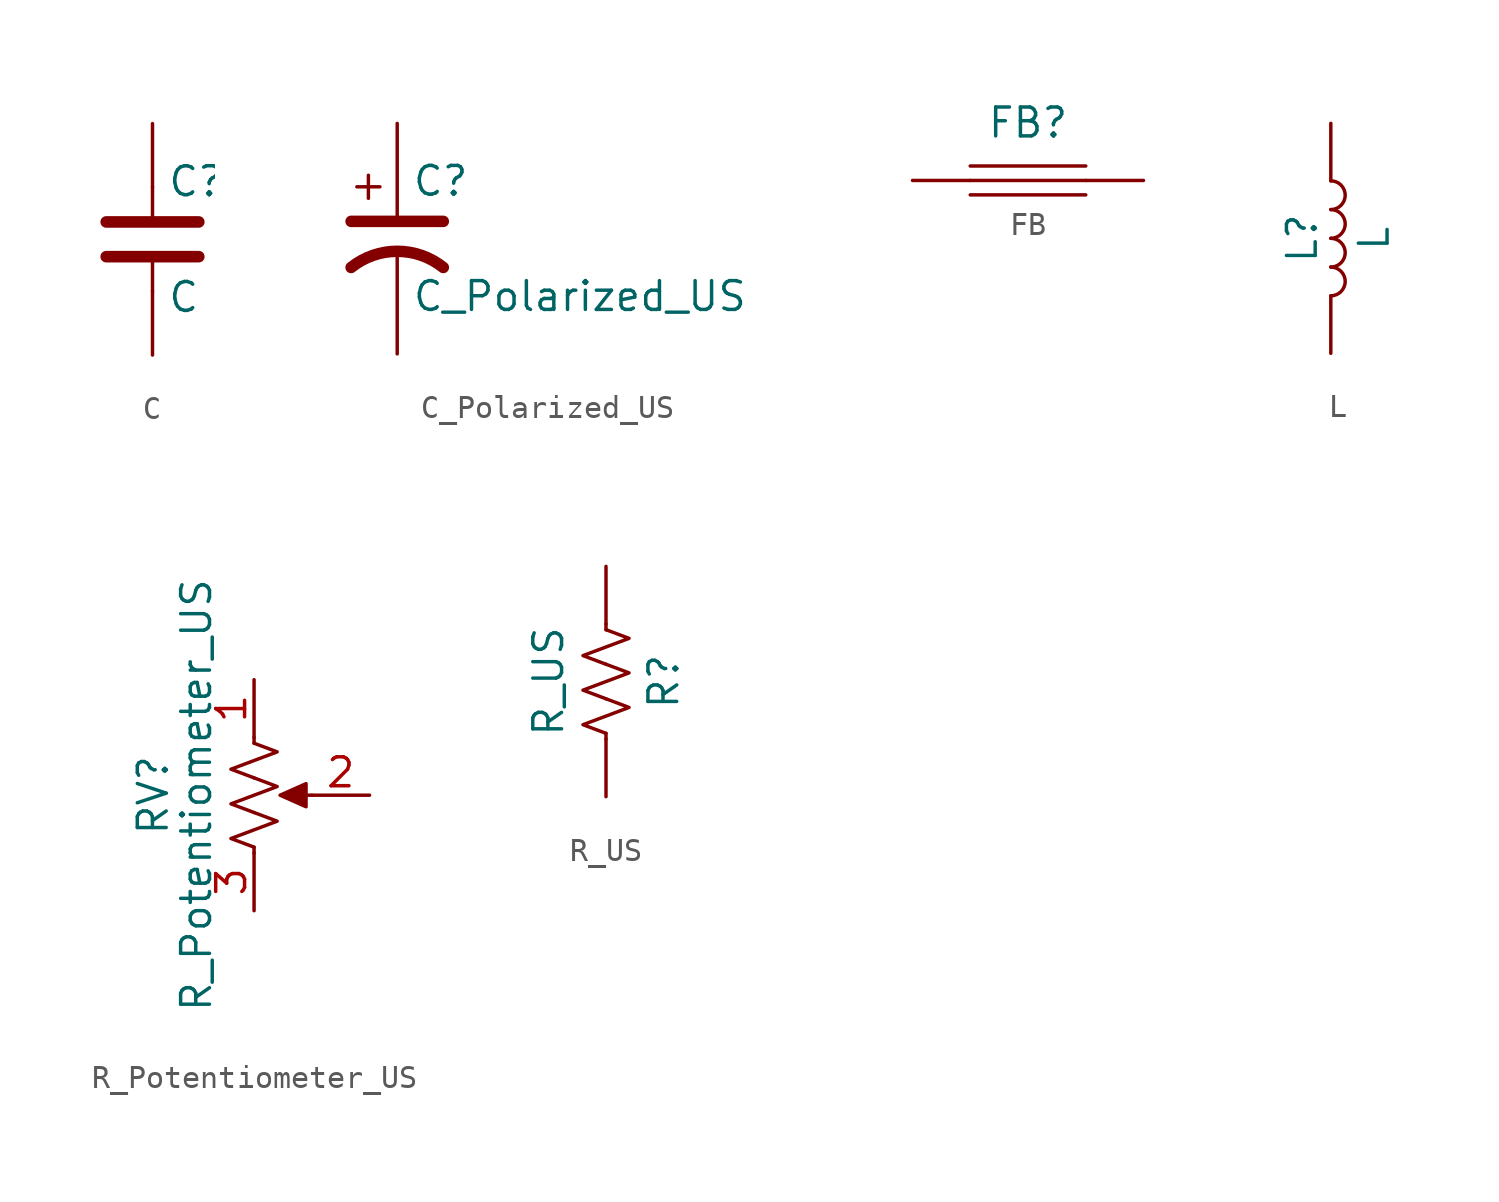
<source format=kicad_sym>
(kicad_symbol_lib
  (version 20220914)
  (generator kicad_symbol_editor)
  (symbol "C"
    (pin_numbers hide)
    (pin_names
      (offset 0.254))
    (property "Reference" "C"
      (at 0.635 2.54 0)
      (effects (font (size 1.27 1.27)) (justify left)))
    (property "Value" "C"
      (at 0.635 -2.54 0)
      (effects (font (size 1.27 1.27)) (justify left)))
    (symbol "C_0_1"
      (polyline (pts (xy -2.032 -0.762) (xy 2.032 -0.762)) (stroke (width 0.508) (type default)) (fill (type none)))
      (polyline (pts (xy -2.032 0.762) (xy 2.032 0.762)) (stroke (width 0.508) (type default)) (fill (type none)))
      (polyline (pts (xy 0 -0.762) (xy 0 -2.286)) (stroke (width 0) (type default)) (fill (type none)))
      (polyline (pts (xy 0 2.286) (xy 0 0.762)) (stroke (width 0) (type default)) (fill (type none))))
    (symbol "C_1_1"
      (pin passive line (at 0 5.08 270) (length 2.794) (name "~" (effects (font (size 1.27 1.27)))) (number "1" (effects (font (size 1.27 1.27)))))
      (pin passive line (at 0 -5.08 90) (length 2.794) (name "~" (effects (font (size 1.27 1.27)))) (number "2" (effects (font (size 1.27 1.27)))))))
  (symbol "C_Polarized_US"
    (pin_numbers hide)
    (pin_names
      (offset 0.254) hide)
    (property "Reference" "C"
      (at 0.635 2.54 0)
      (effects (font (size 1.27 1.27)) (justify left)))
    (property "Value" "C_Polarized_US"
      (at 0.635 -2.54 0)
      (effects (font (size 1.27 1.27)) (justify left)))
    (symbol "C_Polarized_US_0_1"
      (polyline (pts (xy -2.032 0.762) (xy 2.032 0.762)) (stroke (width 0.508) (type default)) (fill (type none)))
      (polyline (pts (xy -1.778 2.286) (xy -0.762 2.286)) (stroke (width 0) (type default)) (fill (type none)))
      (polyline (pts (xy -1.27 1.778) (xy -1.27 2.794)) (stroke (width 0) (type default)) (fill (type none)))
      (arc (start 2.032 -1.27) (mid 0 -0.5572) (end -2.032 -1.27) (stroke (width 0.508) (type default)) (fill (type none))))
    (symbol "C_Polarized_US_1_1"
      (pin passive line (at 0 5.08 270) (length 4.064) (name "~" (effects (font (size 1.27 1.27)))) (number "1" (effects (font (size 1.27 1.27)))))
      (pin passive line (at 0 -5.08 90) (length 4.318) (name "~" (effects (font (size 1.27 1.27)))) (number "2" (effects (font (size 1.27 1.27)))))))
  (symbol "FB"
    (pin_numbers hide)
    (property "Reference" "FB"
      (at 0 2.54 0)
      (effects (font (size 1.27 1.27))))
    (property "Value" ""
      (at 0 0 0)
      (effects (font (size 1.27 1.27))))
    (symbol "FB_0_1"
      (polyline (pts (xy -2.54 -0.635) (xy 2.54 -0.635)) (stroke (width 0) (type default)) (fill (type none)))
      (polyline (pts (xy -2.54 0) (xy 2.54 0)) (stroke (width 0) (type default)) (fill (type none)))
      (polyline (pts (xy -2.54 0.635) (xy 2.54 0.635)) (stroke (width 0) (type default)) (fill (type none))))
    (symbol "FB_1_1"
      (pin input line (at -5.08 0 0) (length 2.54) (name "" (effects (font (size 1.27 1.27)))) (number "1" (effects (font (size 1.27 1.27)))))
      (pin input line (at 5.08 0 180) (length 2.54) (name "" (effects (font (size 1.27 1.27)))) (number "2" (effects (font (size 1.27 1.27)))))))
  (symbol "L"
    (pin_numbers hide)
    (pin_names
      (offset 1.016) hide)
    (property "Reference" "L"
      (at -1.27 0 90)
      (effects (font (size 1.27 1.27))))
    (property "Value" "L"
      (at 1.905 0 90)
      (effects (font (size 1.27 1.27))))
    (symbol "L_0_1"
      (arc (start 0 -2.54) (mid 0.6323 -1.905) (end 0 -1.27) (stroke (width 0) (type default)) (fill (type none)))
      (arc (start 0 -1.27) (mid 0.6323 -0.635) (end 0 0) (stroke (width 0) (type default)) (fill (type none)))
      (arc (start 0 0) (mid 0.6323 0.635) (end 0 1.27) (stroke (width 0) (type default)) (fill (type none)))
      (arc (start 0 1.27) (mid 0.6323 1.905) (end 0 2.54) (stroke (width 0) (type default)) (fill (type none))))
    (symbol "L_1_1"
      (pin passive line (at 0 5.08 270) (length 2.54) (name "1" (effects (font (size 1.27 1.27)))) (number "1" (effects (font (size 1.27 1.27)))))
      (pin passive line (at 0 -5.08 90) (length 2.54) (name "2" (effects (font (size 1.27 1.27)))) (number "2" (effects (font (size 1.27 1.27)))))))
  (symbol "R_Potentiometer_US"
    (pin_names
      (offset 1.016) hide)
    (property "Reference" "RV"
      (at -4.445 0 90)
      (effects (font (size 1.27 1.27))))
    (property "Value" "R_Potentiometer_US"
      (at -2.54 0 90)
      (effects (font (size 1.27 1.27))))
    (symbol "R_Potentiometer_US_0_1"
      (polyline (pts (xy 0 -2.286) (xy 0 -2.54)) (stroke (width 0) (type default)) (fill (type none)))
      (polyline (pts (xy 0 2.54) (xy 0 2.286)) (stroke (width 0) (type default)) (fill (type none)))
      (polyline (pts (xy 2.54 0) (xy 1.524 0)) (stroke (width 0) (type default)) (fill (type none)))
      (polyline (pts (xy 1.143 0) (xy 2.286 0.508) (xy 2.286 -0.508) (xy 1.143 0)) (stroke (width 0) (type default)) (fill (type outline)))
      (polyline (pts (xy 0 -0.762) (xy 1.016 -1.143) (xy 0 -1.524) (xy -1.016 -1.905) (xy 0 -2.286)) (stroke (width 0) (type default)) (fill (type none)))
      (polyline (pts (xy 0 0.762) (xy 1.016 0.381) (xy 0 0) (xy -1.016 -0.381) (xy 0 -0.762)) (stroke (width 0) (type default)) (fill (type none)))
      (polyline (pts (xy 0 2.286) (xy 1.016 1.905) (xy 0 1.524) (xy -1.016 1.143) (xy 0 0.762)) (stroke (width 0) (type default)) (fill (type none))))
    (symbol "R_Potentiometer_US_1_1"
      (pin passive line (at 0 5.08 270) (length 2.54) (name "1" (effects (font (size 1.27 1.27)))) (number "1" (effects (font (size 1.27 1.27)))))
      (pin passive line (at 5.08 0 180) (length 2.54) (name "2" (effects (font (size 1.27 1.27)))) (number "2" (effects (font (size 1.27 1.27)))))
      (pin passive line (at 0 -5.08 90) (length 2.54) (name "3" (effects (font (size 1.27 1.27)))) (number "3" (effects (font (size 1.27 1.27)))))))
  (symbol "R_US"
    (pin_numbers hide)
    (pin_names
      (offset 0))
    (property "Reference" "R"
      (at 2.54 0 90)
      (effects (font (size 1.27 1.27))))
    (property "Value" "R_US"
      (at -2.54 0 90)
      (effects (font (size 1.27 1.27))))
    (symbol "R_US_0_1"
      (polyline (pts (xy 0 -2.286) (xy 0 -2.54)) (stroke (width 0) (type default)) (fill (type none)))
      (polyline (pts (xy 0 2.286) (xy 0 2.54)) (stroke (width 0) (type default)) (fill (type none)))
      (polyline (pts (xy 0 -0.762) (xy 1.016 -1.143) (xy 0 -1.524) (xy -1.016 -1.905) (xy 0 -2.286)) (stroke (width 0) (type default)) (fill (type none)))
      (polyline (pts (xy 0 0.762) (xy 1.016 0.381) (xy 0 0) (xy -1.016 -0.381) (xy 0 -0.762)) (stroke (width 0) (type default)) (fill (type none)))
      (polyline (pts (xy 0 2.286) (xy 1.016 1.905) (xy 0 1.524) (xy -1.016 1.143) (xy 0 0.762)) (stroke (width 0) (type default)) (fill (type none))))
    (symbol "R_US_1_1"
      (pin passive line (at 0 5.08 270) (length 2.54) (name "~" (effects (font (size 1.27 1.27)))) (number "1" (effects (font (size 1.27 1.27)))))
      (pin passive line (at 0 -5.08 90) (length 2.54) (name "~" (effects (font (size 1.27 1.27)))) (number "2" (effects (font (size 1.27 1.27))))))))
</source>
